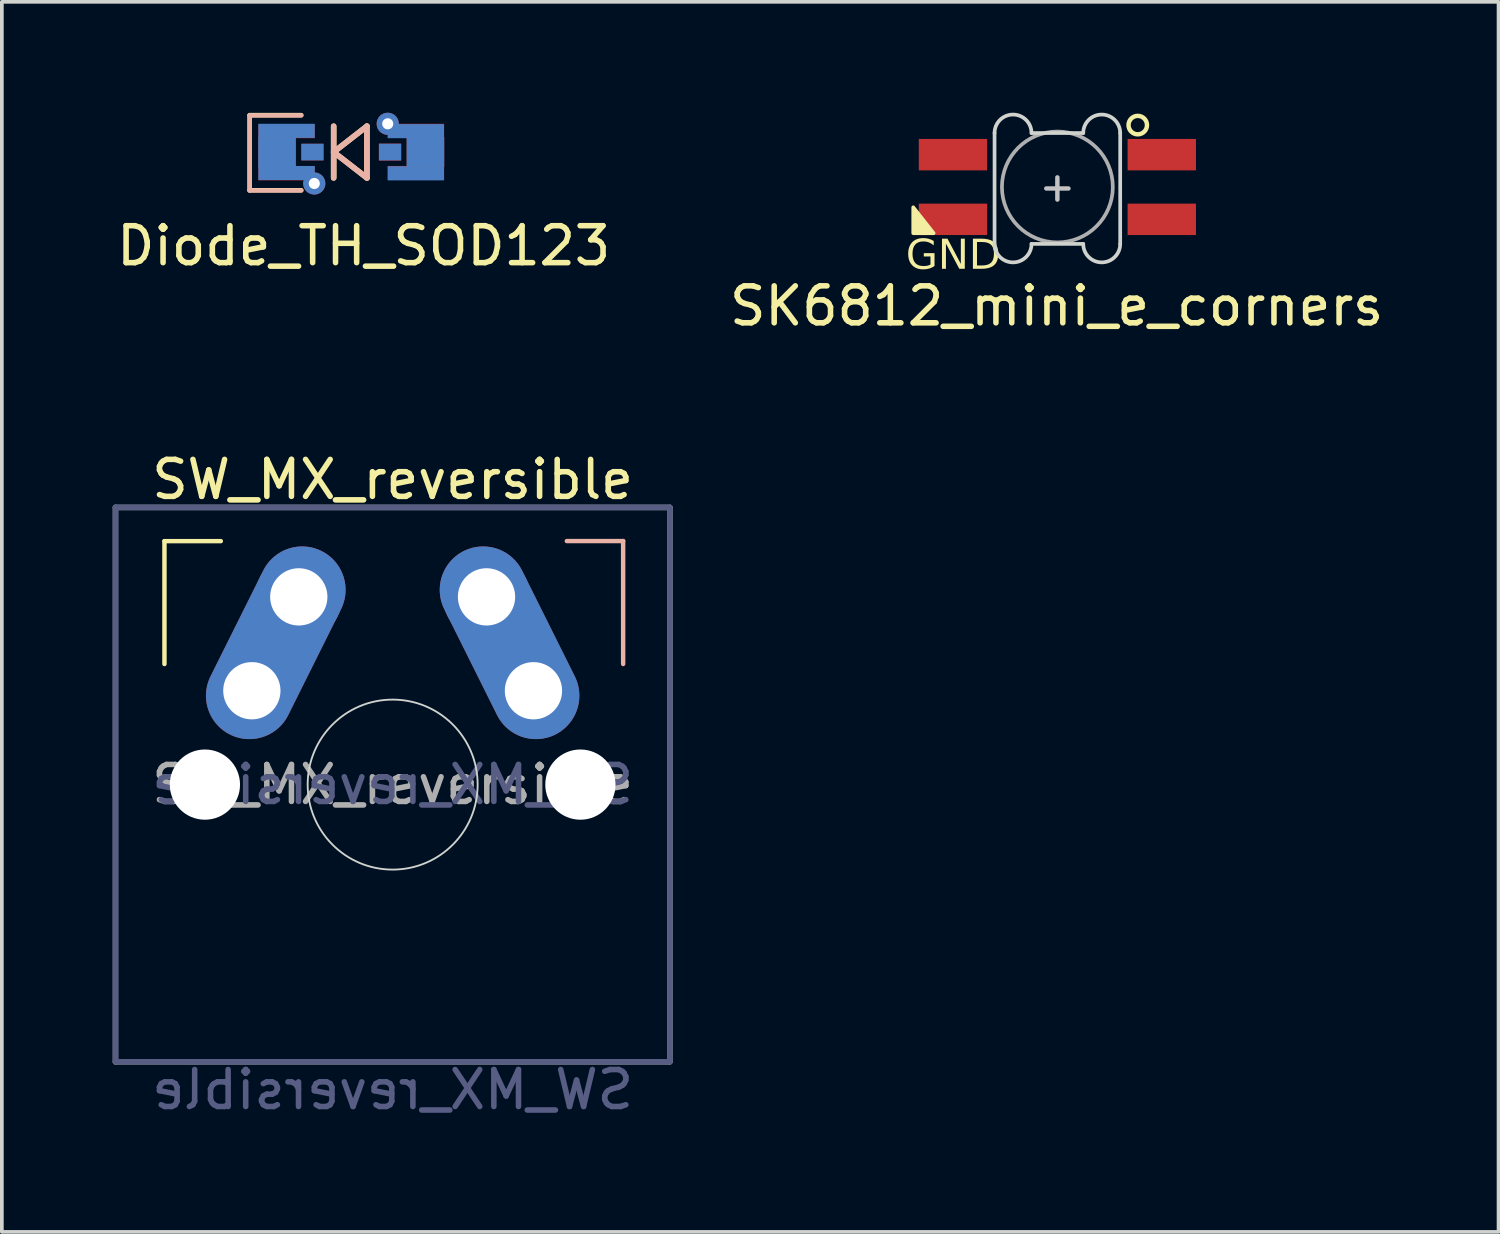
<source format=kicad_pcb>
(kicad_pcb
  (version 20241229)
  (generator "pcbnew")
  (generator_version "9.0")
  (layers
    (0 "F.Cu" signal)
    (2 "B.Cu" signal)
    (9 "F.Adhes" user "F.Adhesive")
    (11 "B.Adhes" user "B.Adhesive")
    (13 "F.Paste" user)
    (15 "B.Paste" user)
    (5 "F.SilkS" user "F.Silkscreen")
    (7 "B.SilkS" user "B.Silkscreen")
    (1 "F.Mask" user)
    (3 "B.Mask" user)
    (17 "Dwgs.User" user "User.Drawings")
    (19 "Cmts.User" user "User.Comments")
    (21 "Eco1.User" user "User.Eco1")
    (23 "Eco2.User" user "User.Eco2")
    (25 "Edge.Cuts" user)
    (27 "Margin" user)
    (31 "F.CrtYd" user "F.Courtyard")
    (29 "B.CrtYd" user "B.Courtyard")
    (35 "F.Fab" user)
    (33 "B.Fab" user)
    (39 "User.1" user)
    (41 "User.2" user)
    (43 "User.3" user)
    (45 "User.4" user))
  (footprint "SK6812_mini_e_corners"
    (layer "F.Cu")
    (at 25.562 1.91)
    (property "Reference" "SK6812_mini_e_corners" (at -0.02 3.32 0) (layer "F.SilkS") (effects (font (size 1 1) (thickness 0.15))))
    (attr through_hole)
    (fp_poly (pts (xy -1.9 1.35) (xy -3.1 1.35) (xy -3.7 0.6) (xy -1.9 0.6)) (stroke (width 0.1) (type solid)) (fill yes) (layer "F.Mask"))
    (fp_circle (center 2.175 -1.575) (end 2.325 -1.775) (stroke (width 0.12) (type solid)) (fill no) (layer "F.SilkS"))
    (fp_poly (pts (xy -3.9 0.65) (xy -3.35 1.35) (xy -3.9 1.35)) (stroke (width 0.1) (type solid)) (fill yes) (layer "F.SilkS"))
    (fp_poly (pts (xy -1.9 1.35) (xy -3.1 1.35) (xy -3.7 0.6) (xy -1.9 0.6)) (stroke (width 0.1) (type solid)) (fill yes) (layer "F.Paste"))
    (fp_line (start -0.3 0.14) (end 0.3 0.14) (stroke (width 0.12) (type solid)) (layer "Dwgs.User"))
    (fp_line (start 0 0.44) (end 0 -0.16) (stroke (width 0.12) (type solid)) (layer "Dwgs.User"))
    (fp_line (start -1.7 -1.36) (end -1.7 1.64) (stroke (width 0.1) (type solid)) (layer "Edge.Cuts"))
    (fp_line (start -0.7 -1.36) (end 0.7 -1.36) (stroke (width 0.1) (type solid)) (layer "Edge.Cuts"))
    (fp_line (start -0.7 1.64) (end 0.7 1.64) (stroke (width 0.1) (type solid)) (layer "Edge.Cuts"))
    (fp_line (start 1.7 1.64) (end 1.7 -1.36) (stroke (width 0.1) (type solid)) (layer "Edge.Cuts"))
    (fp_arc (start -1.7 -1.36) (mid -1.2 -1.86) (end -0.7 -1.36) (stroke (width 0.1) (type solid)) (layer "Edge.Cuts"))
    (fp_arc (start -0.7 1.64) (mid -1.2 2.14) (end -1.7 1.64) (stroke (width 0.1) (type solid)) (layer "Edge.Cuts"))
    (fp_arc (start 0.7 -1.36) (mid 1.2 -1.86) (end 1.7 -1.36) (stroke (width 0.1) (type solid)) (layer "Edge.Cuts"))
    (fp_arc (start 1.7 1.64) (mid 1.2 2.14) (end 0.7 1.64) (stroke (width 0.1) (type solid)) (layer "Edge.Cuts"))
    (fp_circle (center 0 0.1) (end 0 -1.4) (stroke (width 0.1) (type solid)) (fill no) (layer "F.Fab"))
    (fp_text user "GND" (at -4.1 2.45 0) (unlocked yes) (layer "F.SilkS") (effects (font (face "Fira Sans") (size 0.8 0.8) (thickness 0.1)) (justify left bottom)))
    (pad "1" smd rect (at 2.825 0.975) (size 1.85 0.85) (layers "F.Cu" "F.Mask" "F.Paste"))
    (pad "2" smd rect (at -2.825 0.975) (size 1.85 0.85) (layers "F.Cu"))
    (pad "3" smd rect (at -2.825 -0.775 180) (size 1.85 0.85) (layers "F.Cu" "F.Mask" "F.Paste"))
    (pad "4" smd rect (at 2.825 -0.775 180) (size 1.85 0.85) (layers "F.Cu" "F.Mask" "F.Paste")))
  (footprint "Diode_TH_SOD123"
    (layer "F.Cu")
    (at 6.454 1.065)
    (property "Reference" "Diode_TH_SOD123" (at 0.337 2.537 0) (layer "F.SilkS") (effects (font (size 1 1) (thickness 0.15))))
    (attr through_hole)
    (fp_line (start -2.748 -1) (end -2.748 1.032) (stroke (width 0.12) (type solid)) (layer "F.SilkS"))
    (fp_line (start -2.748 1.032) (end -1.351 1.032) (stroke (width 0.12) (type solid)) (layer "F.SilkS"))
    (fp_line (start -1.351 -1) (end -2.748 -1) (stroke (width 0.12) (type solid)) (layer "F.SilkS"))
    (fp_line (start -0.475 -0.7) (end -0.475 0.7) (stroke (width 0.15) (type solid)) (layer "F.SilkS"))
    (fp_line (start -0.475 0) (end 0.425 -0.7) (stroke (width 0.15) (type solid)) (layer "F.SilkS"))
    (fp_line (start 0.425 -0.7) (end 0.425 0.7) (stroke (width 0.15) (type solid)) (layer "F.SilkS"))
    (fp_line (start 0.425 0.7) (end -0.475 0) (stroke (width 0.15) (type solid)) (layer "F.SilkS"))
    (fp_line (start -2.75 -0.991) (end -2.75 1.041) (stroke (width 0.12) (type solid)) (layer "B.SilkS"))
    (fp_line (start -2.75 1.041) (end -1.353 1.041) (stroke (width 0.12) (type solid)) (layer "B.SilkS"))
    (fp_line (start -1.353 -0.991) (end -2.75 -0.991) (stroke (width 0.12) (type solid)) (layer "B.SilkS"))
    (fp_line (start -0.475 -0.7) (end -0.475 0.7) (stroke (width 0.15) (type solid)) (layer "B.SilkS"))
    (fp_line (start -0.475 0) (end 0.425 -0.7) (stroke (width 0.15) (type solid)) (layer "B.SilkS"))
    (fp_line (start 0.425 -0.7) (end 0.425 0.7) (stroke (width 0.15) (type solid)) (layer "B.SilkS"))
    (fp_line (start 0.425 0.7) (end -0.475 0) (stroke (width 0.15) (type solid)) (layer "B.SilkS"))
    (pad "1" smd rect (at -2.008 0 90) (size 0.8 1.016) (layers "F.Cu" "F.Mask" "F.Paste"))
    (pad "1" smd rect (at -2.008 0 90) (size 0.8 1.016) (layers "B.Cu" "B.Mask" "B.Paste"))
    (pad "1" smd rect (at -1.75 -0.575 180) (size 1.524 0.381) (layers "B.Cu" "B.Mask" "B.Paste"))
    (pad "1" smd rect (at -1.75 -0.566) (size 1.524 0.381) (layers "F.Cu" "F.Mask" "F.Paste"))
    (pad "1" smd rect (at -1.75 0.566 180) (size 1.524 0.381) (layers "B.Cu" "B.Mask" "B.Paste"))
    (pad "1" smd rect (at -1.75 0.575) (size 1.524 0.381) (layers "F.Cu" "F.Mask" "F.Paste"))
    (pad "1" smd rect (at -1.05 0) (size 0.6 0.45) (layers "F.Cu" "F.Mask" "F.Paste"))
    (pad "1" smd rect (at -1.05 0 180) (size 0.6 0.45) (layers "B.Cu" "B.Mask" "B.Paste"))
    (pad "1" thru_hole circle (at -1 0.85) (size 0.6 0.6) (drill 0.3) (layers "*.Cu" "*.Mask"))
    (pad "2" thru_hole circle (at 0.988 -0.765) (size 0.6 0.6) (drill 0.3) (layers "*.Cu" "*.Mask"))
    (pad "2" smd rect (at 1.05 0) (size 0.6 0.45) (layers "F.Cu" "F.Mask" "F.Paste"))
    (pad "2" smd rect (at 1.05 0 180) (size 0.6 0.45) (layers "F.Cu" "F.Mask" "F.Paste"))
    (pad "2" smd rect (at 1.05 0) (size 0.6 0.45) (layers "B.Cu" "B.Mask" "B.Paste"))
    (pad "2" smd rect (at 1.75 -0.575 180) (size 1.524 0.381) (layers "F.Cu" "F.Mask" "F.Paste"))
    (pad "2" smd rect (at 1.75 -0.566) (size 1.524 0.381) (layers "B.Cu" "B.Mask" "B.Paste"))
    (pad "2" smd rect (at 1.75 0.566 180) (size 1.524 0.381) (layers "F.Cu" "F.Mask" "F.Paste"))
    (pad "2" smd rect (at 1.75 0.575) (size 1.524 0.381) (layers "B.Cu" "B.Mask" "B.Paste"))
    (pad "2" smd rect (at 2.008 0 270) (size 0.8 1.016) (layers "F.Cu" "F.Mask" "F.Paste"))
    (pad "2" smd rect (at 2.008 0 270) (size 0.8 1.016) (layers "B.Cu" "B.Mask" "B.Paste")))
  (footprint "SW_MX_reversible"
    (layer "F.Cu")
    (at 7.575 18.181)
    (property "Reference" "SW_MX_reversible" (at 0 -8.255 0) (layer "F.SilkS") (effects (font (size 1 1) (thickness 0.15))))
    (property "Value" "SW_MX_reversible" (at 0 8.255 0) (layer "F.Fab") (hide yes) (effects (font (size 1 1) (thickness 0.15))))
    (attr through_hole)
    (fp_line (start -6.175 -6.588) (end -6.175 -3.263) (stroke (width 0.12) (type solid)) (layer "F.SilkS"))
    (fp_line (start -6.175 -6.588) (end -4.65 -6.588) (stroke (width 0.12) (type solid)) (layer "F.SilkS"))
    (fp_line (start 6.237 -6.59) (end 4.713 -6.59) (stroke (width 0.12) (type solid)) (layer "B.SilkS"))
    (fp_line (start 6.237 -6.59) (end 6.237 -3.264) (stroke (width 0.12) (type solid)) (layer "B.SilkS"))
    (fp_line (start -6.9 6.9) (end -6.9 -6.9) (stroke (width 0.15) (type solid)) (layer "Eco2.User"))
    (fp_line (start -6.9 6.9) (end 6.9 6.9) (stroke (width 0.15) (type solid)) (layer "Eco2.User"))
    (fp_line (start 6.9 -6.9) (end -6.9 -6.9) (stroke (width 0.15) (type solid)) (layer "Eco2.User"))
    (fp_line (start 6.9 -6.9) (end 6.9 6.9) (stroke (width 0.15) (type solid)) (layer "Eco2.User"))
    (fp_circle (center 0 0) (end 2.3 0) (stroke (width 0.05) (type default)) (fill no) (layer "Edge.Cuts"))
    (fp_line (start -7.5 -7.5) (end 7.5 -7.5) (stroke (width 0.15) (type solid)) (layer "B.Fab"))
    (fp_line (start -7.5 7.5) (end -7.5 -7.5) (stroke (width 0.15) (type solid)) (layer "B.Fab"))
    (fp_line (start 7.5 -7.5) (end 7.5 7.5) (stroke (width 0.15) (type solid)) (layer "B.Fab"))
    (fp_line (start 7.5 7.5) (end -7.5 7.5) (stroke (width 0.15) (type solid)) (layer "B.Fab"))
    (fp_line (start -7.5 -7.5) (end 7.5 -7.5) (stroke (width 0.15) (type solid)) (layer "F.Fab"))
    (fp_line (start -7.5 7.5) (end -7.5 -7.5) (stroke (width 0.15) (type solid)) (layer "F.Fab"))
    (fp_line (start 7.5 -7.5) (end 7.5 7.5) (stroke (width 0.15) (type solid)) (layer "F.Fab"))
    (fp_line (start 7.5 7.5) (end -7.5 7.5) (stroke (width 0.15) (type solid)) (layer "F.Fab"))
    (fp_text user "${VALUE}" (at 0 8.255 0) (layer "B.Fab") (effects (font (size 1 1) (thickness 0.15)) (justify mirror)))
    (fp_text user "${REFERENCE}" (at 0 0 0) (layer "B.Fab") (effects (font (size 1 1) (thickness 0.15)) (justify mirror)))
    (fp_text user "${REFERENCE}" (at 0 0 0) (layer "F.Fab") (effects (font (size 1 1) (thickness 0.15))))
    (pad "" np_thru_hole circle (at -5.08 0) (size 1.9 1.9) (drill 1.9) (layers "*.Cu" "*.Mask"))
    (pad "" np_thru_hole circle (at 5.08 0) (size 1.9 1.9) (drill 1.9) (layers "*.Cu" "*.Mask"))
    (pad "1" thru_hole oval (at -3.81 -2.54 333.5) (size 2.35 5.55) (drill 1.55 (offset 0 -1.45)) (layers "*.Cu" "*.Mask") (remove_unused_layers yes) (keep_end_layers yes) (zone_layer_connections))
    (pad "1" thru_hole circle (at -2.54 -5.08) (size 2.35 2.35) (drill 1.55) (layers "*.Cu" "*.Mask") (remove_unused_layers yes) (keep_end_layers yes) (zone_layer_connections))
    (pad "2" thru_hole circle (at 2.54 -5.08) (size 2.35 2.35) (drill 1.55) (layers "*.Cu" "*.Mask"))
    (pad "2" thru_hole oval (at 3.81 -2.54 26.5) (size 2.35 5.55) (drill 1.55 (offset 0 -1.45)) (layers "*.Cu" "*.Mask") (remove_unused_layers yes) (keep_end_layers yes) (zone_layer_connections)))
  (gr_rect
    (start -3 -3)
    (end 37.5 30.285)
    (stroke (width 0.1) (type default))
    (fill no)
    (layer "Edge.Cuts")))
</source>
